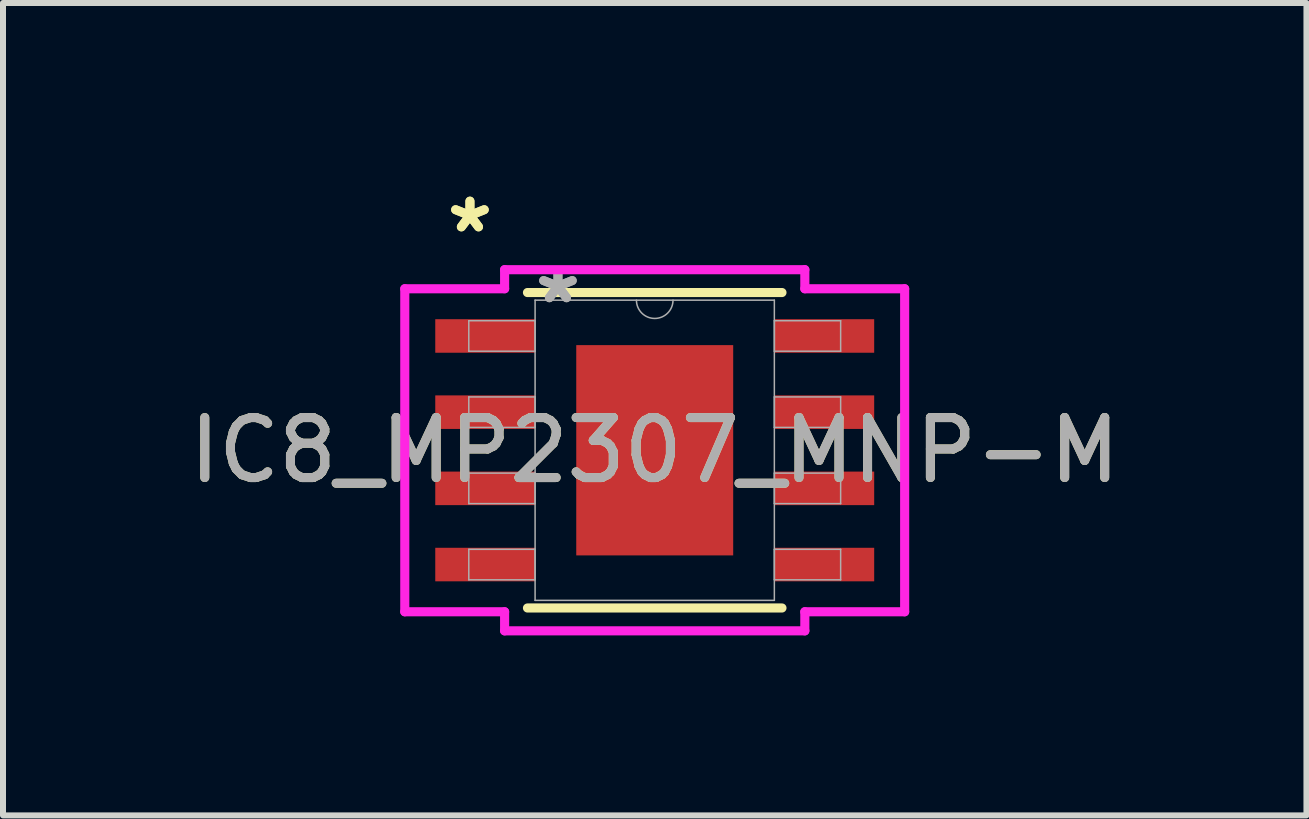
<source format=kicad_pcb>
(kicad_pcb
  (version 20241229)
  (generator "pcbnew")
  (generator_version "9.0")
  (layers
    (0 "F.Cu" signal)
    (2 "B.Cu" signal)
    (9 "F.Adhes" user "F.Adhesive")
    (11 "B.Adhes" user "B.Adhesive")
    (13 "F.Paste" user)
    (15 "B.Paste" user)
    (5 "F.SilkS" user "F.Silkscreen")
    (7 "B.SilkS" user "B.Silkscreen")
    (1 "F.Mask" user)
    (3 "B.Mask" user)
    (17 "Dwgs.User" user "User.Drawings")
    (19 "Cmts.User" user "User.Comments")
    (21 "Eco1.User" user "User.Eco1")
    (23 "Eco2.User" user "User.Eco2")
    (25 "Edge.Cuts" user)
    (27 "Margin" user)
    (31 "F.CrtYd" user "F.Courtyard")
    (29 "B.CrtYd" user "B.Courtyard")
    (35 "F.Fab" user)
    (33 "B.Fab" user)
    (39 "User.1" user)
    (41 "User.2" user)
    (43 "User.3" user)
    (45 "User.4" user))
  (footprint "IC8_MP2307_MNP-M"
    (layer "F.Cu")
    (at 7.863 4.455)
    (property "Reference" "IC8_MP2307_MNP-M" (at 0 0 0) (unlocked yes) (layer "F.SilkS") (effects (font (size 1 1) (thickness 0.15))))
    (attr smd)
    (fp_line (start -2.121 2.629) (end 2.121 2.629) (stroke (width 0.152) (type solid)) (layer "F.SilkS"))
    (fp_line (start 2.121 -2.629) (end -2.121 -2.629) (stroke (width 0.152) (type solid)) (layer "F.SilkS"))
    (fp_poly (pts (xy -1.208 -1.653) (xy -1.208 -0.1) (xy -0.1 -0.1) (xy -0.1 -1.653)) (stroke (width 0) (type solid)) (fill yes) (layer "F.Paste"))
    (fp_poly (pts (xy -1.208 0.1) (xy -1.208 1.653) (xy -0.1 1.653) (xy -0.1 0.1)) (stroke (width 0) (type solid)) (fill yes) (layer "F.Paste"))
    (fp_poly (pts (xy 0.1 -1.653) (xy 0.1 -0.1) (xy 1.208 -0.1) (xy 1.208 -1.653)) (stroke (width 0) (type solid)) (fill yes) (layer "F.Paste"))
    (fp_poly (pts (xy 0.1 0.1) (xy 0.1 1.653) (xy 1.208 1.653) (xy 1.208 0.1)) (stroke (width 0) (type solid)) (fill yes) (layer "F.Paste"))
    (fp_line (start -4.166 -2.692) (end -2.502 -2.692) (stroke (width 0.152) (type solid)) (layer "F.CrtYd"))
    (fp_line (start -4.166 2.692) (end -4.166 -2.692) (stroke (width 0.152) (type solid)) (layer "F.CrtYd"))
    (fp_line (start -4.166 2.692) (end -2.502 2.692) (stroke (width 0.152) (type solid)) (layer "F.CrtYd"))
    (fp_line (start -2.502 -3.01) (end 2.502 -3.01) (stroke (width 0.152) (type solid)) (layer "F.CrtYd"))
    (fp_line (start -2.502 -2.692) (end -2.502 -3.01) (stroke (width 0.152) (type solid)) (layer "F.CrtYd"))
    (fp_line (start -2.502 3.01) (end -2.502 2.692) (stroke (width 0.152) (type solid)) (layer "F.CrtYd"))
    (fp_line (start 2.502 -3.01) (end 2.502 -2.692) (stroke (width 0.152) (type solid)) (layer "F.CrtYd"))
    (fp_line (start 2.502 2.692) (end 2.502 3.01) (stroke (width 0.152) (type solid)) (layer "F.CrtYd"))
    (fp_line (start 2.502 3.01) (end -2.502 3.01) (stroke (width 0.152) (type solid)) (layer "F.CrtYd"))
    (fp_line (start 4.166 -2.692) (end 2.502 -2.692) (stroke (width 0.152) (type solid)) (layer "F.CrtYd"))
    (fp_line (start 4.166 -2.692) (end 4.166 2.692) (stroke (width 0.152) (type solid)) (layer "F.CrtYd"))
    (fp_line (start 4.166 2.692) (end 2.502 2.692) (stroke (width 0.152) (type solid)) (layer "F.CrtYd"))
    (fp_line (start -3.099 -2.159) (end -3.099 -1.651) (stroke (width 0.025) (type solid)) (layer "F.Fab"))
    (fp_line (start -3.099 -1.651) (end -1.994 -1.651) (stroke (width 0.025) (type solid)) (layer "F.Fab"))
    (fp_line (start -3.099 -0.889) (end -3.099 -0.381) (stroke (width 0.025) (type solid)) (layer "F.Fab"))
    (fp_line (start -3.099 -0.381) (end -1.994 -0.381) (stroke (width 0.025) (type solid)) (layer "F.Fab"))
    (fp_line (start -3.099 0.381) (end -3.099 0.889) (stroke (width 0.025) (type solid)) (layer "F.Fab"))
    (fp_line (start -3.099 0.889) (end -1.994 0.889) (stroke (width 0.025) (type solid)) (layer "F.Fab"))
    (fp_line (start -3.099 1.651) (end -3.099 2.159) (stroke (width 0.025) (type solid)) (layer "F.Fab"))
    (fp_line (start -3.099 2.159) (end -1.994 2.159) (stroke (width 0.025) (type solid)) (layer "F.Fab"))
    (fp_line (start -1.994 -2.502) (end -1.994 2.502) (stroke (width 0.025) (type solid)) (layer "F.Fab"))
    (fp_line (start -1.994 -2.159) (end -3.099 -2.159) (stroke (width 0.025) (type solid)) (layer "F.Fab"))
    (fp_line (start -1.994 -1.651) (end -1.994 -2.159) (stroke (width 0.025) (type solid)) (layer "F.Fab"))
    (fp_line (start -1.994 -0.889) (end -3.099 -0.889) (stroke (width 0.025) (type solid)) (layer "F.Fab"))
    (fp_line (start -1.994 -0.381) (end -1.994 -0.889) (stroke (width 0.025) (type solid)) (layer "F.Fab"))
    (fp_line (start -1.994 0.381) (end -3.099 0.381) (stroke (width 0.025) (type solid)) (layer "F.Fab"))
    (fp_line (start -1.994 0.889) (end -1.994 0.381) (stroke (width 0.025) (type solid)) (layer "F.Fab"))
    (fp_line (start -1.994 1.651) (end -3.099 1.651) (stroke (width 0.025) (type solid)) (layer "F.Fab"))
    (fp_line (start -1.994 2.159) (end -1.994 1.651) (stroke (width 0.025) (type solid)) (layer "F.Fab"))
    (fp_line (start -1.994 2.502) (end 1.994 2.502) (stroke (width 0.025) (type solid)) (layer "F.Fab"))
    (fp_line (start 1.994 -2.502) (end -1.994 -2.502) (stroke (width 0.025) (type solid)) (layer "F.Fab"))
    (fp_line (start 1.994 -2.159) (end 1.994 -1.651) (stroke (width 0.025) (type solid)) (layer "F.Fab"))
    (fp_line (start 1.994 -1.651) (end 3.099 -1.651) (stroke (width 0.025) (type solid)) (layer "F.Fab"))
    (fp_line (start 1.994 -0.889) (end 1.994 -0.381) (stroke (width 0.025) (type solid)) (layer "F.Fab"))
    (fp_line (start 1.994 -0.381) (end 3.099 -0.381) (stroke (width 0.025) (type solid)) (layer "F.Fab"))
    (fp_line (start 1.994 0.381) (end 1.994 0.889) (stroke (width 0.025) (type solid)) (layer "F.Fab"))
    (fp_line (start 1.994 0.889) (end 3.099 0.889) (stroke (width 0.025) (type solid)) (layer "F.Fab"))
    (fp_line (start 1.994 1.651) (end 1.994 2.159) (stroke (width 0.025) (type solid)) (layer "F.Fab"))
    (fp_line (start 1.994 2.159) (end 3.099 2.159) (stroke (width 0.025) (type solid)) (layer "F.Fab"))
    (fp_line (start 1.994 2.502) (end 1.994 -2.502) (stroke (width 0.025) (type solid)) (layer "F.Fab"))
    (fp_line (start 3.099 -2.159) (end 1.994 -2.159) (stroke (width 0.025) (type solid)) (layer "F.Fab"))
    (fp_line (start 3.099 -1.651) (end 3.099 -2.159) (stroke (width 0.025) (type solid)) (layer "F.Fab"))
    (fp_line (start 3.099 -0.889) (end 1.994 -0.889) (stroke (width 0.025) (type solid)) (layer "F.Fab"))
    (fp_line (start 3.099 -0.381) (end 3.099 -0.889) (stroke (width 0.025) (type solid)) (layer "F.Fab"))
    (fp_line (start 3.099 0.381) (end 1.994 0.381) (stroke (width 0.025) (type solid)) (layer "F.Fab"))
    (fp_line (start 3.099 0.889) (end 3.099 0.381) (stroke (width 0.025) (type solid)) (layer "F.Fab"))
    (fp_line (start 3.099 1.651) (end 1.994 1.651) (stroke (width 0.025) (type solid)) (layer "F.Fab"))
    (fp_line (start 3.099 2.159) (end 3.099 1.651) (stroke (width 0.025) (type solid)) (layer "F.Fab"))
    (fp_arc (start 0.3048 -2.5019) (mid 0 -2.1971) (end -0.3048 -2.5019) (stroke (width 0.0254) (type solid)) (layer "F.Fab"))
    (fp_text user "*" (at -3.08 -3.607 0) (unlocked yes) (layer "F.SilkS") (effects (font (size 1 1) (thickness 0.15))))
    (fp_text user "*" (at -3.08 -3.607 0) (layer "F.SilkS") (effects (font (size 1 1) (thickness 0.15))))
    (fp_text user "*" (at -1.613 -2.426 0) (layer "F.Fab") (effects (font (size 1 1) (thickness 0.15))))
    (fp_text user "*" (at -1.613 -2.426 0) (unlocked yes) (layer "F.Fab") (effects (font (size 1 1) (thickness 0.15))))
    (fp_text user "${REFERENCE}" (at 0 0 0) (unlocked yes) (layer "F.Fab") (effects (font (size 1 1) (thickness 0.15))))
    (pad "1" smd rect (at -2.826 -1.905) (size 1.664 0.559) (layers "F.Cu" "F.Mask" "F.Paste"))
    (pad "2" smd rect (at -2.826 -0.635) (size 1.664 0.559) (layers "F.Cu" "F.Mask" "F.Paste"))
    (pad "3" smd rect (at -2.826 0.635) (size 1.664 0.559) (layers "F.Cu" "F.Mask" "F.Paste"))
    (pad "4" smd rect (at -2.826 1.905) (size 1.664 0.559) (layers "F.Cu" "F.Mask" "F.Paste"))
    (pad "5" smd rect (at 2.826 1.905) (size 1.664 0.559) (layers "F.Cu" "F.Mask" "F.Paste"))
    (pad "6" smd rect (at 2.826 0.635) (size 1.664 0.559) (layers "F.Cu" "F.Mask" "F.Paste"))
    (pad "7" smd rect (at 2.826 -0.635) (size 1.664 0.559) (layers "F.Cu" "F.Mask" "F.Paste"))
    (pad "8" smd rect (at 2.826 -1.905) (size 1.664 0.559) (layers "F.Cu" "F.Mask" "F.Paste"))
    (pad "EPAD" smd rect (at 0 0) (size 2.616 3.505) (layers "F.Cu" "F.Mask")))
  (gr_rect
    (start -3 -3)
    (end 18.726 10.541)
    (stroke (width 0.1) (type default))
    (fill no)
    (layer "Edge.Cuts")))
</source>
